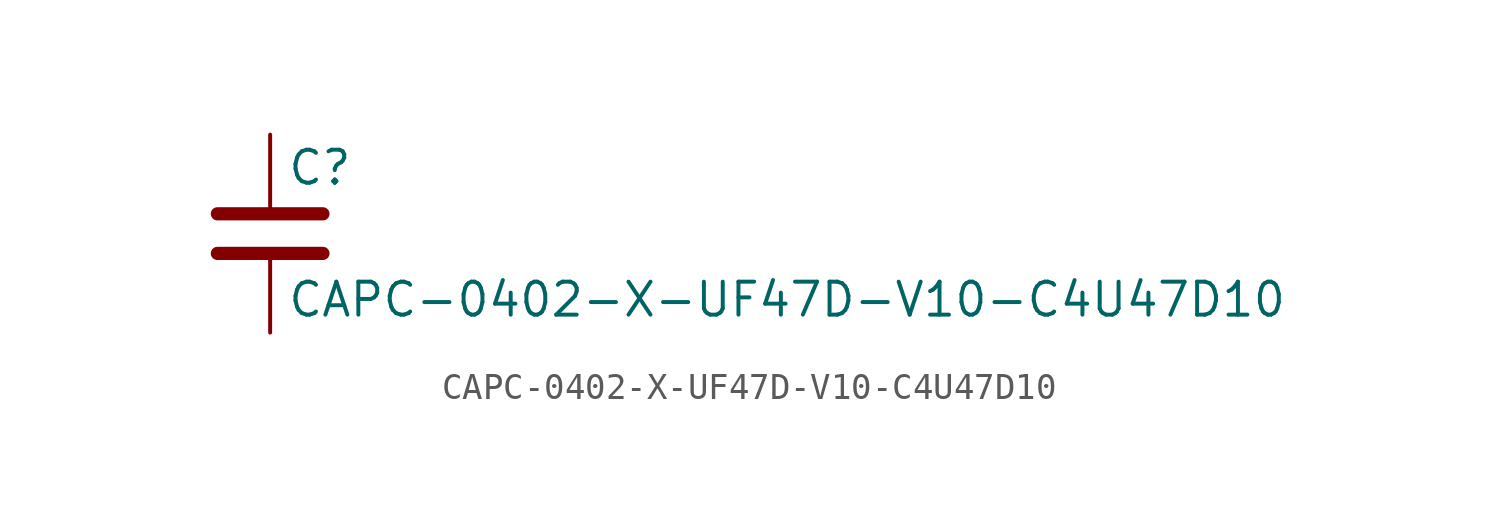
<source format=kicad_sym>
(kicad_symbol_lib
  (version 20211014)
  (generator kicad_symbol_editor)
  (symbol "CAPC-0402-X-UF47D-V10-C4U47D10"
    (pin_numbers hide)
    (pin_names
      (offset 0.254))
    (property "Reference" "C"
      (at 0.635 2.54 0)
      (effects (font (size 1.27 1.27)) (justify left)))
    (property "Value" "CAPC-0402-X-UF47D-V10-C4U47D10"
      (at 0.635 -2.54 0)
      (effects (font (size 1.27 1.27)) (justify left)))
    (symbol "CAPC-0402-X-UF47D-V10-C4U47D10_0_1"
      (polyline (pts (xy -2.032 -0.762) (xy 2.032 -0.762)) (stroke (width 0.508) (type default) (color 0 0 0 0)) (fill (type none)))
      (polyline (pts (xy -2.032 0.762) (xy 2.032 0.762)) (stroke (width 0.508) (type default) (color 0 0 0 0)) (fill (type none))))
    (symbol "CAPC-0402-X-UF47D-V10-C4U47D10_1_1"
      (pin passive line (at 0 3.81 270) (length 2.794) (name "~" (effects (font (size 1.27 1.27)))) (number "1" (effects (font (size 1.27 1.27)))))
      (pin passive line (at 0 -3.81 90) (length 2.794) (name "~" (effects (font (size 1.27 1.27)))) (number "2" (effects (font (size 1.27 1.27))))))))
</source>
